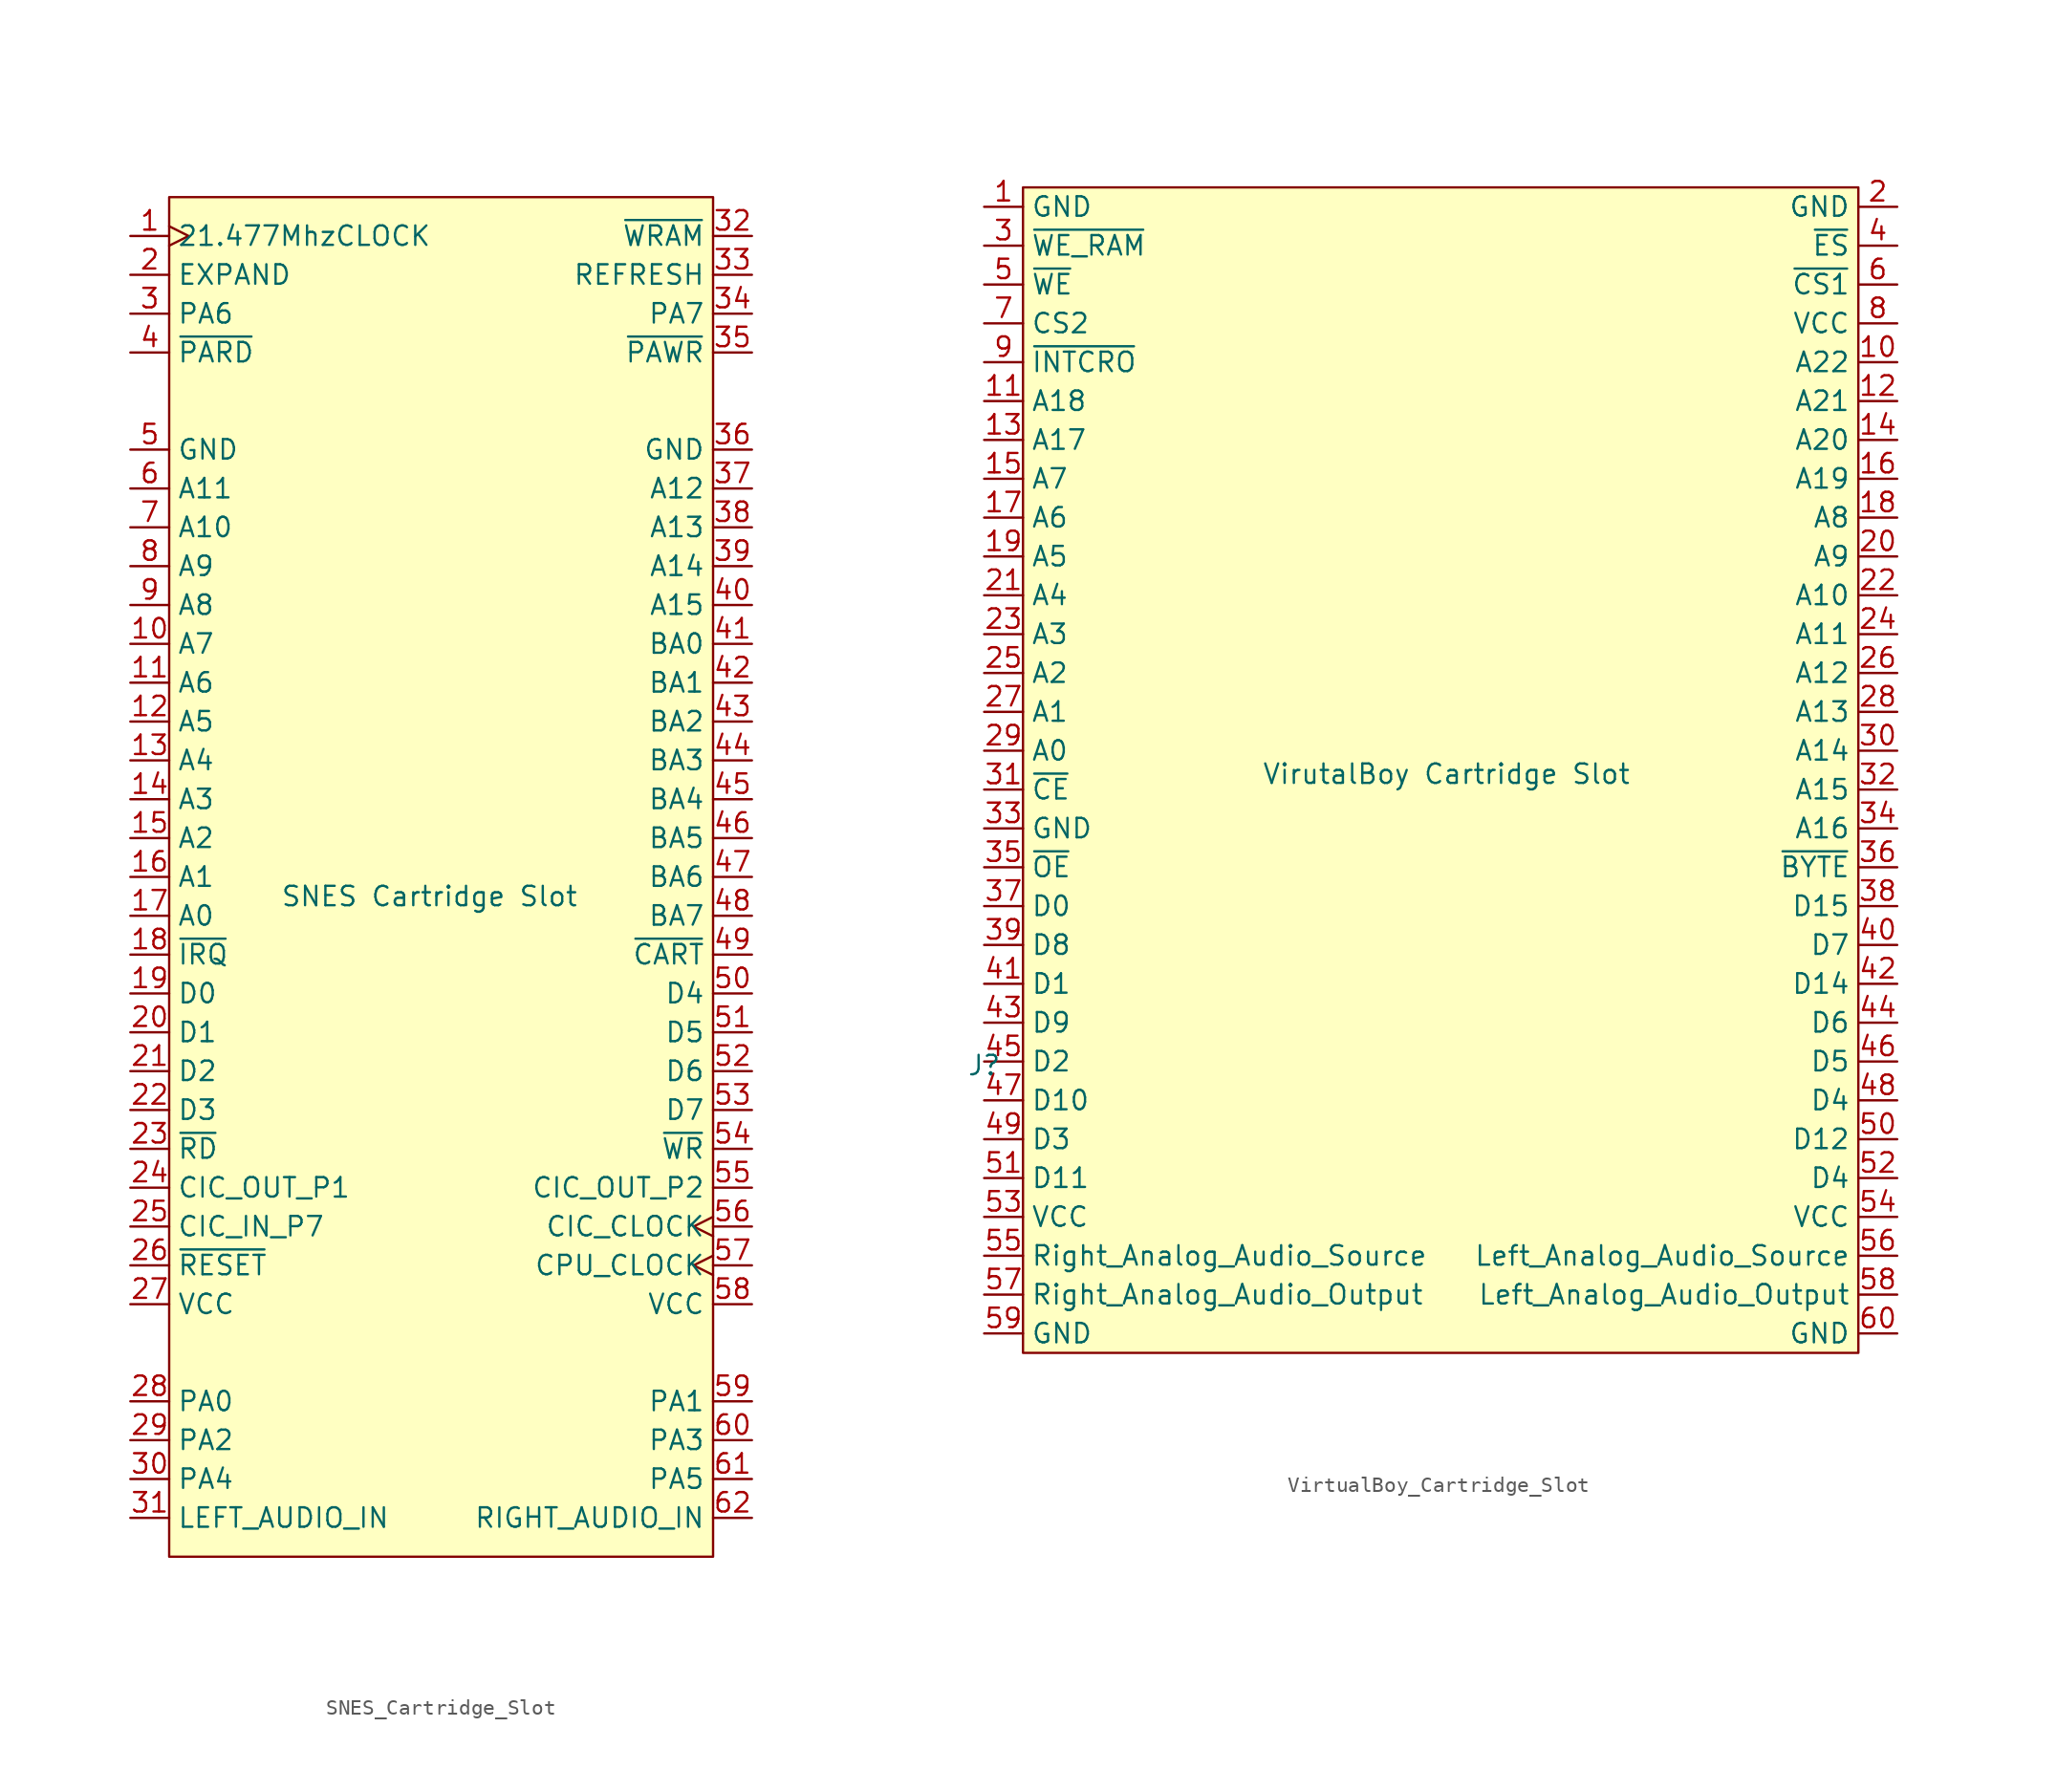
<source format=kicad_sym>
(kicad_symbol_lib
  (version 20241209)
  (generator "kicad_symbol_editor")
  (generator_version "9.0")
  (symbol "SNES_Cartridge_Slot"
    (property "Reference" "J"
      (at 0 52.324 0)
      (effects (font (size 1.27 1.27)) (hide yes)))
    (property "Value" "SNES Cartridge Slot"
      (at -0.762 0 0)
      (effects (font (size 1.27 1.27))))
    (symbol "SNES_Cartridge_Slot_0_0"
      (pin unspecified line (at -20.32 26.67 0) (length 2.54) (name "A11" (effects (font (size 1.27 1.27)))) (number "6" (effects (font (size 1.27 1.27)))))
      (pin unspecified line (at -20.32 24.13 0) (length 2.54) (name "A10" (effects (font (size 1.27 1.27)))) (number "7" (effects (font (size 1.27 1.27)))))
      (pin unspecified line (at -20.32 21.59 0) (length 2.54) (name "A9" (effects (font (size 1.27 1.27)))) (number "8" (effects (font (size 1.27 1.27)))))
      (pin unspecified line (at -20.32 19.05 0) (length 2.54) (name "A8" (effects (font (size 1.27 1.27)))) (number "9" (effects (font (size 1.27 1.27)))))
      (pin unspecified line (at -20.32 16.51 0) (length 2.54) (name "A7" (effects (font (size 1.27 1.27)))) (number "10" (effects (font (size 1.27 1.27)))))
      (pin unspecified line (at -20.32 13.97 0) (length 2.54) (name "A6" (effects (font (size 1.27 1.27)))) (number "11" (effects (font (size 1.27 1.27)))))
      (pin unspecified line (at -20.32 11.43 0) (length 2.54) (name "A5" (effects (font (size 1.27 1.27)))) (number "12" (effects (font (size 1.27 1.27)))))
      (pin unspecified line (at -20.32 8.89 0) (length 2.54) (name "A4" (effects (font (size 1.27 1.27)))) (number "13" (effects (font (size 1.27 1.27)))))
      (pin unspecified line (at -20.32 6.35 0) (length 2.54) (name "A3" (effects (font (size 1.27 1.27)))) (number "14" (effects (font (size 1.27 1.27)))))
      (pin unspecified line (at -20.32 3.81 0) (length 2.54) (name "A2" (effects (font (size 1.27 1.27)))) (number "15" (effects (font (size 1.27 1.27)))))
      (pin unspecified line (at -20.32 1.27 0) (length 2.54) (name "A1" (effects (font (size 1.27 1.27)))) (number "16" (effects (font (size 1.27 1.27)))))
      (pin unspecified line (at -20.32 -1.27 0) (length 2.54) (name "A0" (effects (font (size 1.27 1.27)))) (number "17" (effects (font (size 1.27 1.27))))))
    (symbol "SNES_Cartridge_Slot_1_0"
      (pin input clock (at -20.32 43.18 0) (length 2.54) (name "21.477MhzCLOCK" (effects (font (size 1.27 1.27)))) (number "1" (effects (font (size 1.27 1.27)))))
      (pin unspecified line (at -20.32 40.64 0) (length 2.54) (name "EXPAND" (effects (font (size 1.27 1.27)))) (number "2" (effects (font (size 1.27 1.27)))))
      (pin unspecified line (at -20.32 38.1 0) (length 2.54) (name "PA6" (effects (font (size 1.27 1.27)))) (number "3" (effects (font (size 1.27 1.27)))))
      (pin unspecified line (at -20.32 35.56 0) (length 2.54) (name "~{PARD}" (effects (font (size 1.27 1.27)))) (number "4" (effects (font (size 1.27 1.27)))))
      (pin power_in line (at -20.32 29.21 0) (length 2.54) (name "GND" (effects (font (size 1.27 1.27)))) (number "5" (effects (font (size 1.27 1.27)))))
      (pin unspecified line (at -20.32 -3.81 0) (length 2.54) (name "~{IRQ}" (effects (font (size 1.27 1.27)))) (number "18" (effects (font (size 1.27 1.27)))))
      (pin unspecified line (at -20.32 -6.35 0) (length 2.54) (name "D0" (effects (font (size 1.27 1.27)))) (number "19" (effects (font (size 1.27 1.27)))))
      (pin unspecified line (at -20.32 -8.89 0) (length 2.54) (name "D1" (effects (font (size 1.27 1.27)))) (number "20" (effects (font (size 1.27 1.27)))))
      (pin unspecified line (at -20.32 -11.43 0) (length 2.54) (name "D2" (effects (font (size 1.27 1.27)))) (number "21" (effects (font (size 1.27 1.27)))))
      (pin unspecified line (at -20.32 -13.97 0) (length 2.54) (name "D3" (effects (font (size 1.27 1.27)))) (number "22" (effects (font (size 1.27 1.27)))))
      (pin unspecified line (at -20.32 -16.51 0) (length 2.54) (name "~{RD}" (effects (font (size 1.27 1.27)))) (number "23" (effects (font (size 1.27 1.27)))))
      (pin output line (at -20.32 -19.05 0) (length 2.54) (name "CIC_OUT_P1" (effects (font (size 1.27 1.27)))) (number "24" (effects (font (size 1.27 1.27)))))
      (pin input line (at -20.32 -21.59 0) (length 2.54) (name "CIC_IN_P7" (effects (font (size 1.27 1.27)))) (number "25" (effects (font (size 1.27 1.27)))))
      (pin unspecified line (at -20.32 -24.13 0) (length 2.54) (name "~{RESET}" (effects (font (size 1.27 1.27)))) (number "26" (effects (font (size 1.27 1.27)))))
      (pin power_in line (at -20.32 -26.67 0) (length 2.54) (name "VCC" (effects (font (size 1.27 1.27)))) (number "27" (effects (font (size 1.27 1.27)))))
      (pin unspecified line (at -20.32 -33.02 0) (length 2.54) (name "PA0" (effects (font (size 1.27 1.27)))) (number "28" (effects (font (size 1.27 1.27)))))
      (pin unspecified line (at -20.32 -35.56 0) (length 2.54) (name "PA2" (effects (font (size 1.27 1.27)))) (number "29" (effects (font (size 1.27 1.27)))))
      (pin unspecified line (at -20.32 -38.1 0) (length 2.54) (name "PA4" (effects (font (size 1.27 1.27)))) (number "30" (effects (font (size 1.27 1.27)))))
      (pin input line (at -20.32 -40.64 0) (length 2.54) (name "LEFT_AUDIO_IN" (effects (font (size 1.27 1.27)))) (number "31" (effects (font (size 1.27 1.27)))))
      (pin unspecified line (at 20.32 43.18 180) (length 2.54) (name "~{WRAM}" (effects (font (size 1.27 1.27)))) (number "32" (effects (font (size 1.27 1.27)))))
      (pin unspecified line (at 20.32 40.64 180) (length 2.54) (name "REFRESH" (effects (font (size 1.27 1.27)))) (number "33" (effects (font (size 1.27 1.27)))))
      (pin unspecified line (at 20.32 38.1 180) (length 2.54) (name "PA7" (effects (font (size 1.27 1.27)))) (number "34" (effects (font (size 1.27 1.27)))))
      (pin unspecified line (at 20.32 35.56 180) (length 2.54) (name "~{PAWR}" (effects (font (size 1.27 1.27)))) (number "35" (effects (font (size 1.27 1.27)))))
      (pin power_in line (at 20.32 29.21 180) (length 2.54) (name "GND" (effects (font (size 1.27 1.27)))) (number "36" (effects (font (size 1.27 1.27)))))
      (pin unspecified line (at 20.32 26.67 180) (length 2.54) (name "A12" (effects (font (size 1.27 1.27)))) (number "37" (effects (font (size 1.27 1.27)))))
      (pin unspecified line (at 20.32 24.13 180) (length 2.54) (name "A13" (effects (font (size 1.27 1.27)))) (number "38" (effects (font (size 1.27 1.27)))))
      (pin unspecified line (at 20.32 21.59 180) (length 2.54) (name "A14" (effects (font (size 1.27 1.27)))) (number "39" (effects (font (size 1.27 1.27)))))
      (pin unspecified line (at 20.32 19.05 180) (length 2.54) (name "A15" (effects (font (size 1.27 1.27)))) (number "40" (effects (font (size 1.27 1.27)))))
      (pin unspecified line (at 20.32 16.51 180) (length 2.54) (name "BA0" (effects (font (size 1.27 1.27)))) (number "41" (effects (font (size 1.27 1.27)))))
      (pin unspecified line (at 20.32 13.97 180) (length 2.54) (name "BA1" (effects (font (size 1.27 1.27)))) (number "42" (effects (font (size 1.27 1.27)))))
      (pin unspecified line (at 20.32 11.43 180) (length 2.54) (name "BA2" (effects (font (size 1.27 1.27)))) (number "43" (effects (font (size 1.27 1.27)))))
      (pin unspecified line (at 20.32 8.89 180) (length 2.54) (name "BA3" (effects (font (size 1.27 1.27)))) (number "44" (effects (font (size 1.27 1.27)))))
      (pin unspecified line (at 20.32 6.35 180) (length 2.54) (name "BA4" (effects (font (size 1.27 1.27)))) (number "45" (effects (font (size 1.27 1.27)))))
      (pin unspecified line (at 20.32 3.81 180) (length 2.54) (name "BA5" (effects (font (size 1.27 1.27)))) (number "46" (effects (font (size 1.27 1.27)))))
      (pin unspecified line (at 20.32 1.27 180) (length 2.54) (name "BA6" (effects (font (size 1.27 1.27)))) (number "47" (effects (font (size 1.27 1.27)))))
      (pin unspecified line (at 20.32 -1.27 180) (length 2.54) (name "BA7" (effects (font (size 1.27 1.27)))) (number "48" (effects (font (size 1.27 1.27)))))
      (pin unspecified line (at 20.32 -3.81 180) (length 2.54) (name "~{CART}" (effects (font (size 1.27 1.27)))) (number "49" (effects (font (size 1.27 1.27)))))
      (pin unspecified line (at 20.32 -6.35 180) (length 2.54) (name "D4" (effects (font (size 1.27 1.27)))) (number "50" (effects (font (size 1.27 1.27)))))
      (pin unspecified line (at 20.32 -8.89 180) (length 2.54) (name "D5" (effects (font (size 1.27 1.27)))) (number "51" (effects (font (size 1.27 1.27)))))
      (pin unspecified line (at 20.32 -11.43 180) (length 2.54) (name "D6" (effects (font (size 1.27 1.27)))) (number "52" (effects (font (size 1.27 1.27)))))
      (pin unspecified line (at 20.32 -13.97 180) (length 2.54) (name "D7" (effects (font (size 1.27 1.27)))) (number "53" (effects (font (size 1.27 1.27)))))
      (pin unspecified line (at 20.32 -16.51 180) (length 2.54) (name "~{WR}" (effects (font (size 1.27 1.27)))) (number "54" (effects (font (size 1.27 1.27)))))
      (pin output line (at 20.32 -19.05 180) (length 2.54) (name "CIC_OUT_P2" (effects (font (size 1.27 1.27)))) (number "55" (effects (font (size 1.27 1.27)))))
      (pin input clock (at 20.32 -21.59 180) (length 2.54) (name "CIC_CLOCK" (effects (font (size 1.27 1.27)))) (number "56" (effects (font (size 1.27 1.27)))))
      (pin input clock (at 20.32 -24.13 180) (length 2.54) (name "CPU_CLOCK" (effects (font (size 1.27 1.27)))) (number "57" (effects (font (size 1.27 1.27)))))
      (pin power_in line (at 20.32 -26.67 180) (length 2.54) (name "VCC" (effects (font (size 1.27 1.27)))) (number "58" (effects (font (size 1.27 1.27)))))
      (pin unspecified line (at 20.32 -33.02 180) (length 2.54) (name "PA1" (effects (font (size 1.27 1.27)))) (number "59" (effects (font (size 1.27 1.27)))))
      (pin unspecified line (at 20.32 -35.56 180) (length 2.54) (name "PA3" (effects (font (size 1.27 1.27)))) (number "60" (effects (font (size 1.27 1.27)))))
      (pin unspecified line (at 20.32 -38.1 180) (length 2.54) (name "PA5" (effects (font (size 1.27 1.27)))) (number "61" (effects (font (size 1.27 1.27)))))
      (pin unspecified line (at 20.32 -40.64 180) (length 2.54) (name "RIGHT_AUDIO_IN" (effects (font (size 1.27 1.27)))) (number "62" (effects (font (size 1.27 1.27))))))
    (symbol "SNES_Cartridge_Slot_1_1"
      (rectangle (start -17.78 45.72) (end 17.78 -43.18) (stroke (width 0) (type solid)) (fill (type background)))))
  (symbol "VirtualBoy_Cartridge_Slot"
    (property "Reference" "J"
      (at -30.48 -19.304 0)
      (effects (font (size 1.27 1.27))))
    (property "Value" "VirutalBoy Cartridge Slot"
      (at -0.254 -0.254 0)
      (effects (font (size 1.27 1.27))))
    (symbol "VirtualBoy_Cartridge_Slot_0_0"
      (pin power_in line (at -30.48 36.83 0) (length 2.54) (name "GND" (effects (font (size 1.27 1.27)))) (number "1" (effects (font (size 1.27 1.27)))))
      (pin unspecified line (at -30.48 34.29 0) (length 2.54) (name "~{WE_RAM}" (effects (font (size 1.27 1.27)))) (number "3" (effects (font (size 1.27 1.27)))))
      (pin unspecified line (at -30.48 29.21 0) (length 2.54) (name "CS2" (effects (font (size 1.27 1.27)))) (number "7" (effects (font (size 1.27 1.27)))))
      (pin unspecified line (at -30.48 26.67 0) (length 2.54) (name "~{INTCRO}" (effects (font (size 1.27 1.27)))) (number "9" (effects (font (size 1.27 1.27)))))
      (pin unspecified line (at -30.48 24.13 0) (length 2.54) (name "A18" (effects (font (size 1.27 1.27)))) (number "11" (effects (font (size 1.27 1.27)))))
      (pin unspecified line (at -30.48 21.59 0) (length 2.54) (name "A17" (effects (font (size 1.27 1.27)))) (number "13" (effects (font (size 1.27 1.27)))))
      (pin unspecified line (at -30.48 19.05 0) (length 2.54) (name "A7" (effects (font (size 1.27 1.27)))) (number "15" (effects (font (size 1.27 1.27)))))
      (pin unspecified line (at -30.48 16.51 0) (length 2.54) (name "A6" (effects (font (size 1.27 1.27)))) (number "17" (effects (font (size 1.27 1.27)))))
      (pin unspecified line (at -30.48 13.97 0) (length 2.54) (name "A5" (effects (font (size 1.27 1.27)))) (number "19" (effects (font (size 1.27 1.27)))))
      (pin unspecified line (at -30.48 11.43 0) (length 2.54) (name "A4" (effects (font (size 1.27 1.27)))) (number "21" (effects (font (size 1.27 1.27)))))
      (pin unspecified line (at -30.48 8.89 0) (length 2.54) (name "A3" (effects (font (size 1.27 1.27)))) (number "23" (effects (font (size 1.27 1.27)))))
      (pin unspecified line (at -30.48 6.35 0) (length 2.54) (name "A2" (effects (font (size 1.27 1.27)))) (number "25" (effects (font (size 1.27 1.27)))))
      (pin unspecified line (at -30.48 3.81 0) (length 2.54) (name "A1" (effects (font (size 1.27 1.27)))) (number "27" (effects (font (size 1.27 1.27)))))
      (pin unspecified line (at -30.48 1.27 0) (length 2.54) (name "A0" (effects (font (size 1.27 1.27)))) (number "29" (effects (font (size 1.27 1.27)))))
      (pin unspecified line (at -30.48 -1.27 0) (length 2.54) (name "~{CE}" (effects (font (size 1.27 1.27)))) (number "31" (effects (font (size 1.27 1.27)))))
      (pin power_in line (at -30.48 -3.81 0) (length 2.54) (name "GND" (effects (font (size 1.27 1.27)))) (number "33" (effects (font (size 1.27 1.27)))))
      (pin unspecified line (at -30.48 -6.35 0) (length 2.54) (name "~{OE}" (effects (font (size 1.27 1.27)))) (number "35" (effects (font (size 1.27 1.27)))))
      (pin unspecified line (at -30.48 -8.89 0) (length 2.54) (name "D0" (effects (font (size 1.27 1.27)))) (number "37" (effects (font (size 1.27 1.27)))))
      (pin unspecified line (at -30.48 -11.43 0) (length 2.54) (name "D8" (effects (font (size 1.27 1.27)))) (number "39" (effects (font (size 1.27 1.27)))))
      (pin unspecified line (at -30.48 -13.97 0) (length 2.54) (name "D1" (effects (font (size 1.27 1.27)))) (number "41" (effects (font (size 1.27 1.27)))))
      (pin unspecified line (at -30.48 -16.51 0) (length 2.54) (name "D9" (effects (font (size 1.27 1.27)))) (number "43" (effects (font (size 1.27 1.27)))))
      (pin unspecified line (at -30.48 -19.05 0) (length 2.54) (name "D2" (effects (font (size 1.27 1.27)))) (number "45" (effects (font (size 1.27 1.27)))))
      (pin unspecified line (at -30.48 -21.59 0) (length 2.54) (name "D10" (effects (font (size 1.27 1.27)))) (number "47" (effects (font (size 1.27 1.27)))))
      (pin unspecified line (at -30.48 -24.13 0) (length 2.54) (name "D3" (effects (font (size 1.27 1.27)))) (number "49" (effects (font (size 1.27 1.27)))))
      (pin unspecified line (at -30.48 -26.67 0) (length 2.54) (name "D11" (effects (font (size 1.27 1.27)))) (number "51" (effects (font (size 1.27 1.27)))))
      (pin power_in line (at -30.48 -29.21 0) (length 2.54) (name "VCC" (effects (font (size 1.27 1.27)))) (number "53" (effects (font (size 1.27 1.27)))))
      (pin unspecified line (at -30.48 -31.75 0) (length 2.54) (name "Right_Analog_Audio_Source" (effects (font (size 1.27 1.27)))) (number "55" (effects (font (size 1.27 1.27)))))
      (pin unspecified line (at -30.48 -34.29 0) (length 2.54) (name "Right_Analog_Audio_Output" (effects (font (size 1.27 1.27)))) (number "57" (effects (font (size 1.27 1.27)))))
      (pin power_in line (at -30.48 -36.83 0) (length 2.54) (name "GND" (effects (font (size 1.27 1.27)))) (number "59" (effects (font (size 1.27 1.27)))))
      (pin power_in line (at 29.21 36.83 180) (length 2.54) (name "GND" (effects (font (size 1.27 1.27)))) (number "2" (effects (font (size 1.27 1.27)))))
      (pin unspecified line (at 29.21 34.29 180) (length 2.54) (name "~{ES}" (effects (font (size 1.27 1.27)))) (number "4" (effects (font (size 1.27 1.27)))))
      (pin unspecified line (at 29.21 31.75 180) (length 2.54) (name "~{CS1}" (effects (font (size 1.27 1.27)))) (number "6" (effects (font (size 1.27 1.27)))))
      (pin power_in line (at 29.21 29.21 180) (length 2.54) (name "VCC" (effects (font (size 1.27 1.27)))) (number "8" (effects (font (size 1.27 1.27)))))
      (pin unspecified line (at 29.21 26.67 180) (length 2.54) (name "A22" (effects (font (size 1.27 1.27)))) (number "10" (effects (font (size 1.27 1.27)))))
      (pin unspecified line (at 29.21 24.13 180) (length 2.54) (name "A21" (effects (font (size 1.27 1.27)))) (number "12" (effects (font (size 1.27 1.27)))))
      (pin unspecified line (at 29.21 21.59 180) (length 2.54) (name "A20" (effects (font (size 1.27 1.27)))) (number "14" (effects (font (size 1.27 1.27)))))
      (pin unspecified line (at 29.21 19.05 180) (length 2.54) (name "A19" (effects (font (size 1.27 1.27)))) (number "16" (effects (font (size 1.27 1.27)))))
      (pin unspecified line (at 29.21 16.51 180) (length 2.54) (name "A8" (effects (font (size 1.27 1.27)))) (number "18" (effects (font (size 1.27 1.27)))))
      (pin unspecified line (at 29.21 13.97 180) (length 2.54) (name "A9" (effects (font (size 1.27 1.27)))) (number "20" (effects (font (size 1.27 1.27)))))
      (pin unspecified line (at 29.21 11.43 180) (length 2.54) (name "A10" (effects (font (size 1.27 1.27)))) (number "22" (effects (font (size 1.27 1.27)))))
      (pin unspecified line (at 29.21 8.89 180) (length 2.54) (name "A11" (effects (font (size 1.27 1.27)))) (number "24" (effects (font (size 1.27 1.27)))))
      (pin unspecified line (at 29.21 6.35 180) (length 2.54) (name "A12" (effects (font (size 1.27 1.27)))) (number "26" (effects (font (size 1.27 1.27)))))
      (pin unspecified line (at 29.21 3.81 180) (length 2.54) (name "A13" (effects (font (size 1.27 1.27)))) (number "28" (effects (font (size 1.27 1.27)))))
      (pin unspecified line (at 29.21 1.27 180) (length 2.54) (name "A14" (effects (font (size 1.27 1.27)))) (number "30" (effects (font (size 1.27 1.27)))))
      (pin unspecified line (at 29.21 -1.27 180) (length 2.54) (name "A15" (effects (font (size 1.27 1.27)))) (number "32" (effects (font (size 1.27 1.27)))))
      (pin unspecified line (at 29.21 -3.81 180) (length 2.54) (name "A16" (effects (font (size 1.27 1.27)))) (number "34" (effects (font (size 1.27 1.27)))))
      (pin unspecified line (at 29.21 -6.35 180) (length 2.54) (name "~{BYTE}" (effects (font (size 1.27 1.27)))) (number "36" (effects (font (size 1.27 1.27)))))
      (pin unspecified line (at 29.21 -8.89 180) (length 2.54) (name "D15" (effects (font (size 1.27 1.27)))) (number "38" (effects (font (size 1.27 1.27)))))
      (pin unspecified line (at 29.21 -11.43 180) (length 2.54) (name "D7" (effects (font (size 1.27 1.27)))) (number "40" (effects (font (size 1.27 1.27)))))
      (pin unspecified line (at 29.21 -13.97 180) (length 2.54) (name "D14" (effects (font (size 1.27 1.27)))) (number "42" (effects (font (size 1.27 1.27)))))
      (pin unspecified line (at 29.21 -16.51 180) (length 2.54) (name "D6" (effects (font (size 1.27 1.27)))) (number "44" (effects (font (size 1.27 1.27)))))
      (pin unspecified line (at 29.21 -19.05 180) (length 2.54) (name "D5" (effects (font (size 1.27 1.27)))) (number "46" (effects (font (size 1.27 1.27)))))
      (pin unspecified line (at 29.21 -21.59 180) (length 2.54) (name "D4" (effects (font (size 1.27 1.27)))) (number "48" (effects (font (size 1.27 1.27)))))
      (pin unspecified line (at 29.21 -24.13 180) (length 2.54) (name "D12" (effects (font (size 1.27 1.27)))) (number "50" (effects (font (size 1.27 1.27)))))
      (pin unspecified line (at 29.21 -26.67 180) (length 2.54) (name "D4" (effects (font (size 1.27 1.27)))) (number "52" (effects (font (size 1.27 1.27)))))
      (pin power_in line (at 29.21 -29.21 180) (length 2.54) (name "VCC" (effects (font (size 1.27 1.27)))) (number "54" (effects (font (size 1.27 1.27)))))
      (pin unspecified line (at 29.21 -31.75 180) (length 2.54) (name "Left_Analog_Audio_Source" (effects (font (size 1.27 1.27)))) (number "56" (effects (font (size 1.27 1.27)))))
      (pin unspecified line (at 29.21 -34.29 180) (length 2.54) (name "Left_Analog_Audio_Output" (effects (font (size 1.27 1.27)))) (number "58" (effects (font (size 1.27 1.27)))))
      (pin power_in line (at 29.21 -36.83 180) (length 2.54) (name "GND" (effects (font (size 1.27 1.27)))) (number "60" (effects (font (size 1.27 1.27))))))
    (symbol "VirtualBoy_Cartridge_Slot_1_0"
      (pin unspecified line (at -30.48 31.75 0) (length 2.54) (name "~{WE}" (effects (font (size 1.27 1.27)))) (number "5" (effects (font (size 1.27 1.27))))))
    (symbol "VirtualBoy_Cartridge_Slot_1_1"
      (rectangle (start -27.94 38.1) (end 26.67 -38.1) (stroke (width 0) (type solid)) (fill (type background))))))
</source>
